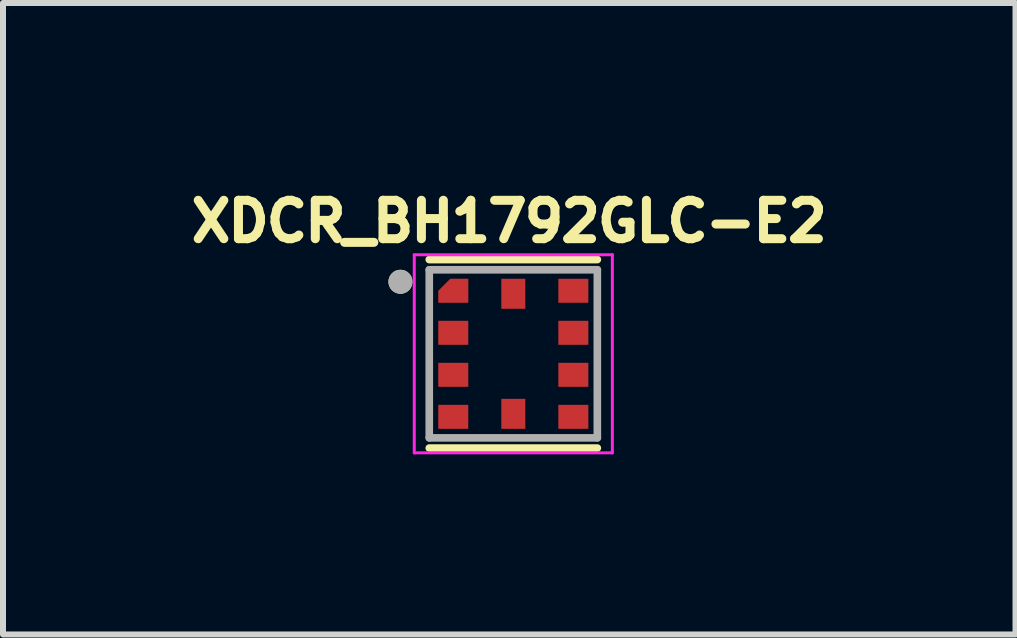
<source format=kicad_pcb>
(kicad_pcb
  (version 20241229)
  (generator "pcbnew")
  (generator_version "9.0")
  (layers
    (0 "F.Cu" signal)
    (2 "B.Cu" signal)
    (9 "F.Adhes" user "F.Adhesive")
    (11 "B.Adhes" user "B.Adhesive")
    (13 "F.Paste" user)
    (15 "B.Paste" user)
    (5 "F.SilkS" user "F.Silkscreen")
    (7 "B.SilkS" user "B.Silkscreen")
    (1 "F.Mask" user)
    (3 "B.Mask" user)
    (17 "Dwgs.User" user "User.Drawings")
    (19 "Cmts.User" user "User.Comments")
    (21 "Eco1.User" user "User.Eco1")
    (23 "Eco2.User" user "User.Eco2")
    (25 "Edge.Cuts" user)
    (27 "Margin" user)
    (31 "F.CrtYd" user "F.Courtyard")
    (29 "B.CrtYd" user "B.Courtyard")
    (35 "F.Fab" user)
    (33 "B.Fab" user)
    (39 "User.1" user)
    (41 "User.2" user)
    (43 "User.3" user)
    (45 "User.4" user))
  (footprint "XDCR_BH1792GLC-E2"
    (layer "F.Cu")
    (at 5.501 2.844)
    (property "Reference" "XDCR_BH1792GLC-E2" (at -0.068 -2.206 0) (layer "F.SilkS") (effects (font (size 0.64 0.64) (thickness 0.15))))
    (attr smd)
    (fp_poly (pts (xy -1.15 -1.35) (xy -0.65 -1.35) (xy -0.65 -0.75) (xy -1.35 -0.75) (xy -1.35 -1.15)) (stroke (width 0.001) (type solid)) (fill yes) (layer "F.Mask"))
    (fp_line (start -1.4 -1.57) (end 1.4 -1.57) (stroke (width 0.127) (type solid)) (layer "F.SilkS"))
    (fp_line (start 1.4 1.57) (end -1.4 1.57) (stroke (width 0.127) (type solid)) (layer "F.SilkS"))
    (fp_circle (center -1.88 -1.2) (end -1.78 -1.2) (stroke (width 0.2) (type solid)) (fill no) (layer "F.SilkS"))
    (fp_poly (pts (xy -1.05 -1.25) (xy -0.75 -1.25) (xy -0.75 -0.85) (xy -1.25 -0.85) (xy -1.25 -1.05)) (stroke (width 0.001) (type solid)) (fill yes) (layer "F.Paste"))
    (fp_line (start -1.65 -1.65) (end 1.65 -1.65) (stroke (width 0.05) (type solid)) (layer "F.CrtYd"))
    (fp_line (start -1.65 1.65) (end -1.65 -1.65) (stroke (width 0.05) (type solid)) (layer "F.CrtYd"))
    (fp_line (start 1.65 -1.65) (end 1.65 1.65) (stroke (width 0.05) (type solid)) (layer "F.CrtYd"))
    (fp_line (start 1.65 1.65) (end -1.65 1.65) (stroke (width 0.05) (type solid)) (layer "F.CrtYd"))
    (fp_line (start -1.4 -1.4) (end 1.4 -1.4) (stroke (width 0.127) (type solid)) (layer "F.Fab"))
    (fp_line (start -1.4 1.4) (end -1.4 -1.4) (stroke (width 0.127) (type solid)) (layer "F.Fab"))
    (fp_line (start 1.4 -1.4) (end 1.4 1.4) (stroke (width 0.127) (type solid)) (layer "F.Fab"))
    (fp_line (start 1.4 1.4) (end -1.4 1.4) (stroke (width 0.127) (type solid)) (layer "F.Fab"))
    (fp_circle (center -1.88 -1.2) (end -1.78 -1.2) (stroke (width 0.2) (type solid)) (fill no) (layer "F.Fab"))
    (pad "1" smd custom (at -1 -1.05) (size 0.25 0.2) (layers "F.Cu") (options (anchor rect)) (primitives (gr_poly (pts (xy -0.05 -0.2) (xy 0.25 -0.2) (xy 0.25 0.2) (xy -0.25 0.2) (xy -0.25 0)) (width 0.001) (fill yes))))
    (pad "2" smd rect (at -1 -0.35) (size 0.5 0.4) (layers "F.Cu" "F.Mask" "F.Paste"))
    (pad "3" smd rect (at -1 0.35) (size 0.5 0.4) (layers "F.Cu" "F.Mask" "F.Paste"))
    (pad "4" smd rect (at -1 1.05) (size 0.5 0.4) (layers "F.Cu" "F.Mask" "F.Paste"))
    (pad "5" smd rect (at 0 1) (size 0.4 0.5) (layers "F.Cu" "F.Mask" "F.Paste"))
    (pad "6" smd rect (at 1 1.05) (size 0.5 0.4) (layers "F.Cu" "F.Mask" "F.Paste"))
    (pad "7" smd rect (at 1 0.35) (size 0.5 0.4) (layers "F.Cu" "F.Mask" "F.Paste"))
    (pad "8" smd rect (at 1 -0.35) (size 0.5 0.4) (layers "F.Cu" "F.Mask" "F.Paste"))
    (pad "9" smd rect (at 1 -1.05) (size 0.5 0.4) (layers "F.Cu" "F.Mask" "F.Paste"))
    (pad "10" smd rect (at 0 -1) (size 0.4 0.5) (layers "F.Cu" "F.Mask" "F.Paste")))
  (gr_rect
    (start -3 -3)
    (end 13.867 7.519)
    (stroke (width 0.1) (type default))
    (fill no)
    (layer "Edge.Cuts")))
</source>
